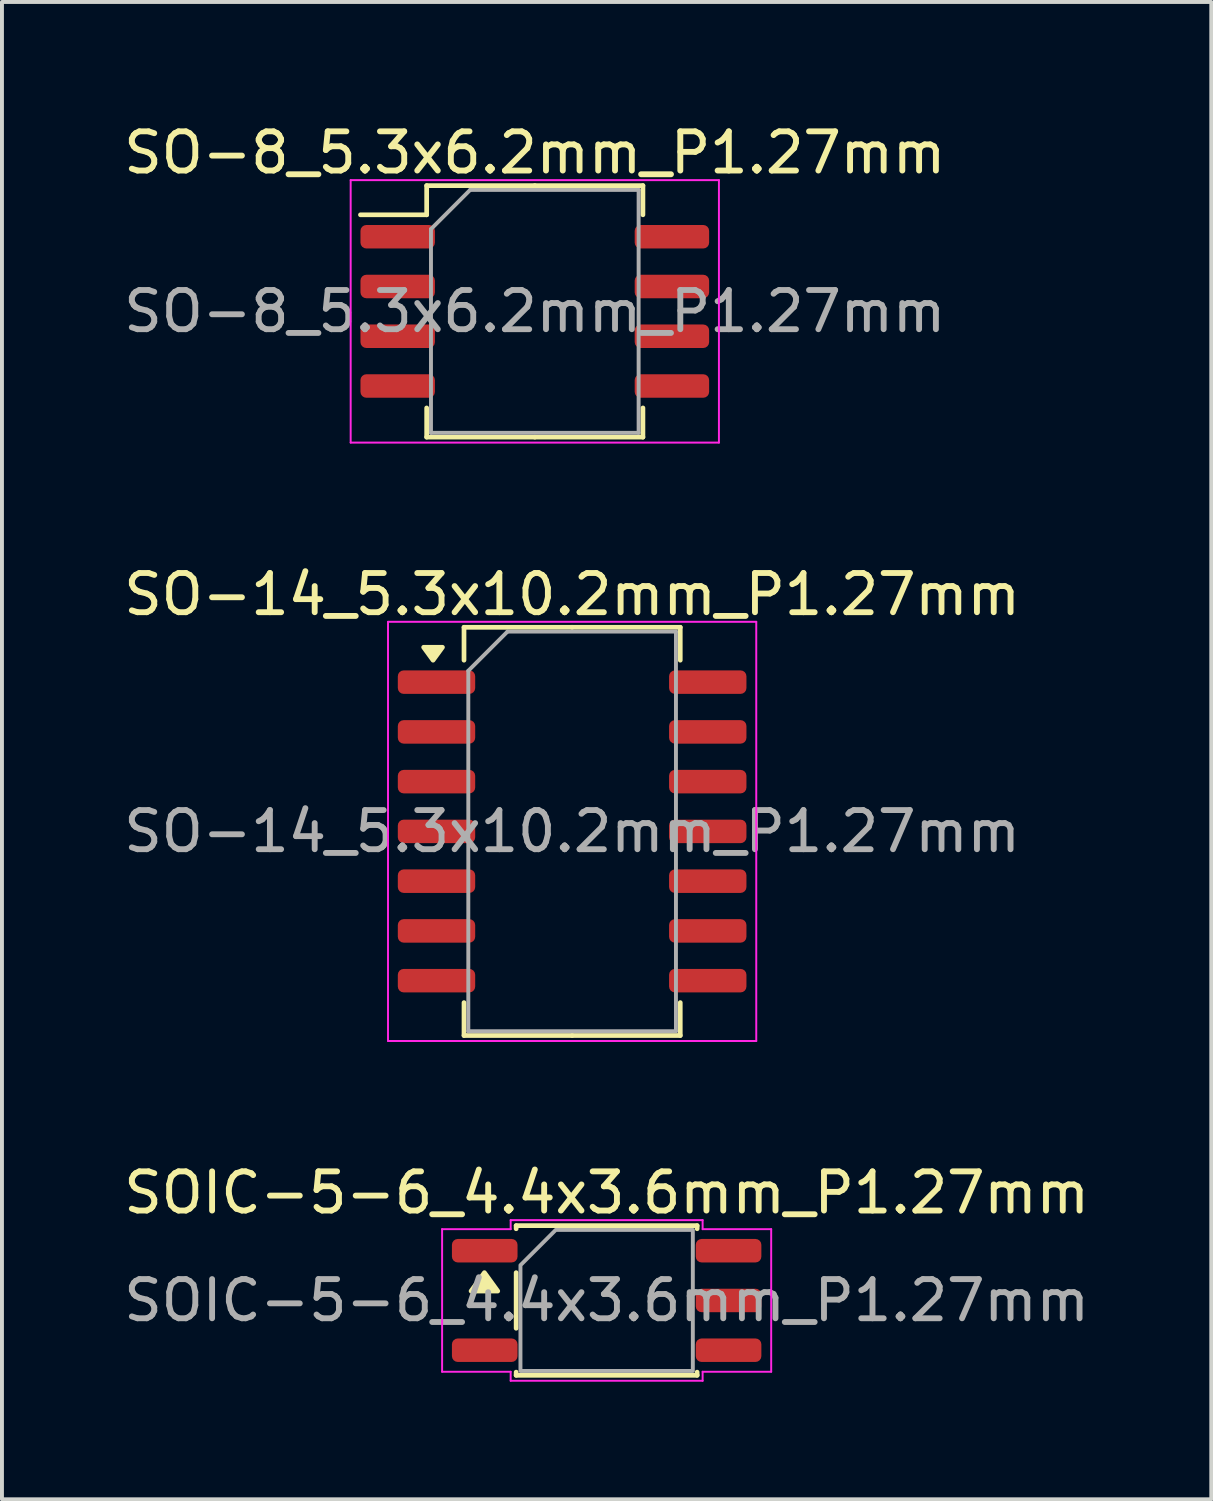
<source format=kicad_pcb>
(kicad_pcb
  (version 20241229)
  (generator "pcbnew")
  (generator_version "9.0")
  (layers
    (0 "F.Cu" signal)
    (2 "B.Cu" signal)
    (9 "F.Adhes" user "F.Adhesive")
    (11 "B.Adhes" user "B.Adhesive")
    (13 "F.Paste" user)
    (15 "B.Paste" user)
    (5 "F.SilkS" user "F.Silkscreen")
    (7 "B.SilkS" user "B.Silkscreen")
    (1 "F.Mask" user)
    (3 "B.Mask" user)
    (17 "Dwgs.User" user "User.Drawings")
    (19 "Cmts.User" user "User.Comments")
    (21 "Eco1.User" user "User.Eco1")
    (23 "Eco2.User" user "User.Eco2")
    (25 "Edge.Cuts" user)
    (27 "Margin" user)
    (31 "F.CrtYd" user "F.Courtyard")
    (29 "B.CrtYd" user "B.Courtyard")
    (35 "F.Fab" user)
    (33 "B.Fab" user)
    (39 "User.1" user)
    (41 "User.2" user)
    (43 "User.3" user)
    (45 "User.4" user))
  (footprint "SOIC-5-6_4.4x3.6mm_P1.27mm"
    (layer "F.Cu")
    (at 12.435 30.145)
    (property "Reference" "SOIC-5-6_4.4x3.6mm_P1.27mm" (at 0 -2.75 0) (layer "F.SilkS") (effects (font (size 1 1) (thickness 0.15))))
    (attr smd)
    (fp_line (start -2.31 -1.91) (end 2.31 -1.91) (stroke (width 0.12) (type solid)) (layer "F.SilkS"))
    (fp_line (start -2.31 -1.83) (end -2.31 -1.91) (stroke (width 0.12) (type solid)) (layer "F.SilkS"))
    (fp_line (start -2.31 0.71) (end -2.31 -0.71) (stroke (width 0.12) (type solid)) (layer "F.SilkS"))
    (fp_line (start -2.31 1.91) (end -2.31 1.83) (stroke (width 0.12) (type solid)) (layer "F.SilkS"))
    (fp_line (start 2.31 -1.91) (end 2.31 -1.83) (stroke (width 0.12) (type solid)) (layer "F.SilkS"))
    (fp_line (start 2.31 1.83) (end 2.31 1.91) (stroke (width 0.12) (type solid)) (layer "F.SilkS"))
    (fp_line (start 2.31 1.91) (end -2.31 1.91) (stroke (width 0.12) (type solid)) (layer "F.SilkS"))
    (fp_poly (pts (xy -3.12 -0.71) (xy -2.78 -0.24) (xy -3.46 -0.24)) (stroke (width 0.12) (type solid)) (fill yes) (layer "F.SilkS"))
    (fp_line (start -4.2 -1.82) (end -2.45 -1.82) (stroke (width 0.05) (type solid)) (layer "F.CrtYd"))
    (fp_line (start -4.2 1.82) (end -4.2 -1.82) (stroke (width 0.05) (type solid)) (layer "F.CrtYd"))
    (fp_line (start -2.45 -2.05) (end 2.45 -2.05) (stroke (width 0.05) (type solid)) (layer "F.CrtYd"))
    (fp_line (start -2.45 -1.82) (end -2.45 -2.05) (stroke (width 0.05) (type solid)) (layer "F.CrtYd"))
    (fp_line (start -2.45 1.82) (end -4.2 1.82) (stroke (width 0.05) (type solid)) (layer "F.CrtYd"))
    (fp_line (start -2.45 2.05) (end -2.45 1.82) (stroke (width 0.05) (type solid)) (layer "F.CrtYd"))
    (fp_line (start 2.45 -2.05) (end 2.45 -1.82) (stroke (width 0.05) (type solid)) (layer "F.CrtYd"))
    (fp_line (start 2.45 -1.82) (end 4.2 -1.82) (stroke (width 0.05) (type solid)) (layer "F.CrtYd"))
    (fp_line (start 2.45 1.82) (end 2.45 2.05) (stroke (width 0.05) (type solid)) (layer "F.CrtYd"))
    (fp_line (start 2.45 2.05) (end -2.45 2.05) (stroke (width 0.05) (type solid)) (layer "F.CrtYd"))
    (fp_line (start 4.2 -1.82) (end 4.2 1.82) (stroke (width 0.05) (type solid)) (layer "F.CrtYd"))
    (fp_line (start 4.2 1.82) (end 2.45 1.82) (stroke (width 0.05) (type solid)) (layer "F.CrtYd"))
    (fp_poly (pts (xy -1.3 -1.8) (xy 2.2 -1.8) (xy 2.2 1.8) (xy -2.2 1.8) (xy -2.2 -0.9)) (stroke (width 0.1) (type solid)) (fill no) (layer "F.Fab"))
    (fp_text user "${REFERENCE}" (at 0 0 0) (layer "F.Fab") (effects (font (size 1 1) (thickness 0.15))))
    (pad "1" smd roundrect (at -3.112 -1.27) (size 1.675 0.6) (layers "F.Cu" "F.Mask" "F.Paste") (roundrect_rratio 0.25))
    (pad "3" smd roundrect (at -3.112 1.27) (size 1.675 0.6) (layers "F.Cu" "F.Mask" "F.Paste") (roundrect_rratio 0.25))
    (pad "4" smd roundrect (at 3.112 1.27) (size 1.675 0.6) (layers "F.Cu" "F.Mask" "F.Paste") (roundrect_rratio 0.25))
    (pad "5" smd roundrect (at 3.112 0) (size 1.675 0.6) (layers "F.Cu" "F.Mask" "F.Paste") (roundrect_rratio 0.25))
    (pad "6" smd roundrect (at 3.112 -1.27) (size 1.675 0.6) (layers "F.Cu" "F.Mask" "F.Paste") (roundrect_rratio 0.25)))
  (footprint "SO-14_5.3x10.2mm_P1.27mm"
    (layer "F.Cu")
    (at 11.554 18.172)
    (property "Reference" "SO-14_5.3x10.2mm_P1.27mm" (at 0 -6.05 0) (layer "F.SilkS") (effects (font (size 1 1) (thickness 0.15))))
    (attr smd)
    (fp_line (start -2.76 -5.21) (end -2.76 -4.37) (stroke (width 0.12) (type solid)) (layer "F.SilkS"))
    (fp_line (start -2.76 5.21) (end -2.76 4.37) (stroke (width 0.12) (type solid)) (layer "F.SilkS"))
    (fp_line (start 0 -5.21) (end -2.76 -5.21) (stroke (width 0.12) (type solid)) (layer "F.SilkS"))
    (fp_line (start 0 -5.21) (end 2.76 -5.21) (stroke (width 0.12) (type solid)) (layer "F.SilkS"))
    (fp_line (start 0 5.21) (end -2.76 5.21) (stroke (width 0.12) (type solid)) (layer "F.SilkS"))
    (fp_line (start 0 5.21) (end 2.76 5.21) (stroke (width 0.12) (type solid)) (layer "F.SilkS"))
    (fp_line (start 2.76 -5.21) (end 2.76 -4.37) (stroke (width 0.12) (type solid)) (layer "F.SilkS"))
    (fp_line (start 2.76 5.21) (end 2.76 4.37) (stroke (width 0.12) (type solid)) (layer "F.SilkS"))
    (fp_poly (pts (xy -3.55 -4.37) (xy -3.79 -4.7) (xy -3.31 -4.7) (xy -3.55 -4.37)) (stroke (width 0.12) (type solid)) (fill yes) (layer "F.SilkS"))
    (fp_line (start -4.7 -5.35) (end -4.7 5.35) (stroke (width 0.05) (type solid)) (layer "F.CrtYd"))
    (fp_line (start -4.7 5.35) (end 4.7 5.35) (stroke (width 0.05) (type solid)) (layer "F.CrtYd"))
    (fp_line (start 4.7 -5.35) (end -4.7 -5.35) (stroke (width 0.05) (type solid)) (layer "F.CrtYd"))
    (fp_line (start 4.7 5.35) (end 4.7 -5.35) (stroke (width 0.05) (type solid)) (layer "F.CrtYd"))
    (fp_line (start -2.65 -4.1) (end -1.65 -5.1) (stroke (width 0.1) (type solid)) (layer "F.Fab"))
    (fp_line (start -2.65 5.1) (end -2.65 -4.1) (stroke (width 0.1) (type solid)) (layer "F.Fab"))
    (fp_line (start -1.65 -5.1) (end 2.65 -5.1) (stroke (width 0.1) (type solid)) (layer "F.Fab"))
    (fp_line (start 2.65 -5.1) (end 2.65 5.1) (stroke (width 0.1) (type solid)) (layer "F.Fab"))
    (fp_line (start 2.65 5.1) (end -2.65 5.1) (stroke (width 0.1) (type solid)) (layer "F.Fab"))
    (fp_text user "${REFERENCE}" (at 0 0 0) (layer "F.Fab") (effects (font (size 1 1) (thickness 0.15))))
    (pad "1" smd roundrect (at -3.462 -3.81) (size 1.975 0.6) (layers "F.Cu" "F.Mask" "F.Paste") (roundrect_rratio 0.25))
    (pad "2" smd roundrect (at -3.462 -2.54) (size 1.975 0.6) (layers "F.Cu" "F.Mask" "F.Paste") (roundrect_rratio 0.25))
    (pad "3" smd roundrect (at -3.462 -1.27) (size 1.975 0.6) (layers "F.Cu" "F.Mask" "F.Paste") (roundrect_rratio 0.25))
    (pad "4" smd roundrect (at -3.462 0) (size 1.975 0.6) (layers "F.Cu" "F.Mask" "F.Paste") (roundrect_rratio 0.25))
    (pad "5" smd roundrect (at -3.462 1.27) (size 1.975 0.6) (layers "F.Cu" "F.Mask" "F.Paste") (roundrect_rratio 0.25))
    (pad "6" smd roundrect (at -3.462 2.54) (size 1.975 0.6) (layers "F.Cu" "F.Mask" "F.Paste") (roundrect_rratio 0.25))
    (pad "7" smd roundrect (at -3.462 3.81) (size 1.975 0.6) (layers "F.Cu" "F.Mask" "F.Paste") (roundrect_rratio 0.25))
    (pad "8" smd roundrect (at 3.462 3.81) (size 1.975 0.6) (layers "F.Cu" "F.Mask" "F.Paste") (roundrect_rratio 0.25))
    (pad "9" smd roundrect (at 3.462 2.54) (size 1.975 0.6) (layers "F.Cu" "F.Mask" "F.Paste") (roundrect_rratio 0.25))
    (pad "10" smd roundrect (at 3.462 1.27) (size 1.975 0.6) (layers "F.Cu" "F.Mask" "F.Paste") (roundrect_rratio 0.25))
    (pad "11" smd roundrect (at 3.462 0) (size 1.975 0.6) (layers "F.Cu" "F.Mask" "F.Paste") (roundrect_rratio 0.25))
    (pad "12" smd roundrect (at 3.462 -1.27) (size 1.975 0.6) (layers "F.Cu" "F.Mask" "F.Paste") (roundrect_rratio 0.25))
    (pad "13" smd roundrect (at 3.462 -2.54) (size 1.975 0.6) (layers "F.Cu" "F.Mask" "F.Paste") (roundrect_rratio 0.25))
    (pad "14" smd roundrect (at 3.462 -3.81) (size 1.975 0.6) (layers "F.Cu" "F.Mask" "F.Paste") (roundrect_rratio 0.25)))
  (footprint "SO-8_5.3x6.2mm_P1.27mm"
    (layer "F.Cu")
    (at 10.601 4.898)
    (property "Reference" "SO-8_5.3x6.2mm_P1.27mm" (at 0 -4.05 0) (layer "F.SilkS") (effects (font (size 1 1) (thickness 0.15))))
    (attr smd)
    (fp_line (start -2.76 -3.21) (end -2.76 -2.465) (stroke (width 0.12) (type solid)) (layer "F.SilkS"))
    (fp_line (start -2.76 -2.465) (end -4.45 -2.465) (stroke (width 0.12) (type solid)) (layer "F.SilkS"))
    (fp_line (start -2.76 3.21) (end -2.76 2.465) (stroke (width 0.12) (type solid)) (layer "F.SilkS"))
    (fp_line (start 0 -3.21) (end -2.76 -3.21) (stroke (width 0.12) (type solid)) (layer "F.SilkS"))
    (fp_line (start 0 -3.21) (end 2.76 -3.21) (stroke (width 0.12) (type solid)) (layer "F.SilkS"))
    (fp_line (start 0 3.21) (end -2.76 3.21) (stroke (width 0.12) (type solid)) (layer "F.SilkS"))
    (fp_line (start 0 3.21) (end 2.76 3.21) (stroke (width 0.12) (type solid)) (layer "F.SilkS"))
    (fp_line (start 2.76 -3.21) (end 2.76 -2.465) (stroke (width 0.12) (type solid)) (layer "F.SilkS"))
    (fp_line (start 2.76 3.21) (end 2.76 2.465) (stroke (width 0.12) (type solid)) (layer "F.SilkS"))
    (fp_line (start -4.7 -3.35) (end -4.7 3.35) (stroke (width 0.05) (type solid)) (layer "F.CrtYd"))
    (fp_line (start -4.7 3.35) (end 4.7 3.35) (stroke (width 0.05) (type solid)) (layer "F.CrtYd"))
    (fp_line (start 4.7 -3.35) (end -4.7 -3.35) (stroke (width 0.05) (type solid)) (layer "F.CrtYd"))
    (fp_line (start 4.7 3.35) (end 4.7 -3.35) (stroke (width 0.05) (type solid)) (layer "F.CrtYd"))
    (fp_line (start -2.65 -2.1) (end -1.65 -3.1) (stroke (width 0.1) (type solid)) (layer "F.Fab"))
    (fp_line (start -2.65 3.1) (end -2.65 -2.1) (stroke (width 0.1) (type solid)) (layer "F.Fab"))
    (fp_line (start -1.65 -3.1) (end 2.65 -3.1) (stroke (width 0.1) (type solid)) (layer "F.Fab"))
    (fp_line (start 2.65 -3.1) (end 2.65 3.1) (stroke (width 0.1) (type solid)) (layer "F.Fab"))
    (fp_line (start 2.65 3.1) (end -2.65 3.1) (stroke (width 0.1) (type solid)) (layer "F.Fab"))
    (fp_text user "${REFERENCE}" (at 0 0 0) (layer "F.Fab") (effects (font (size 1 1) (thickness 0.15))))
    (pad "1" smd roundrect (at -3.5 -1.905) (size 1.9 0.6) (layers "F.Cu" "F.Mask" "F.Paste") (roundrect_rratio 0.25))
    (pad "2" smd roundrect (at -3.5 -0.635) (size 1.9 0.6) (layers "F.Cu" "F.Mask" "F.Paste") (roundrect_rratio 0.25))
    (pad "3" smd roundrect (at -3.5 0.635) (size 1.9 0.6) (layers "F.Cu" "F.Mask" "F.Paste") (roundrect_rratio 0.25))
    (pad "4" smd roundrect (at -3.5 1.905) (size 1.9 0.6) (layers "F.Cu" "F.Mask" "F.Paste") (roundrect_rratio 0.25))
    (pad "5" smd roundrect (at 3.5 1.905) (size 1.9 0.6) (layers "F.Cu" "F.Mask" "F.Paste") (roundrect_rratio 0.25))
    (pad "6" smd roundrect (at 3.5 0.635) (size 1.9 0.6) (layers "F.Cu" "F.Mask" "F.Paste") (roundrect_rratio 0.25))
    (pad "7" smd roundrect (at 3.5 -0.635) (size 1.9 0.6) (layers "F.Cu" "F.Mask" "F.Paste") (roundrect_rratio 0.25))
    (pad "8" smd roundrect (at 3.5 -1.905) (size 1.9 0.6) (layers "F.Cu" "F.Mask" "F.Paste") (roundrect_rratio 0.25)))
  (gr_rect
    (start -3 -3)
    (end 27.869 35.22)
    (stroke (width 0.1) (type default))
    (fill no)
    (layer "Edge.Cuts")))
</source>
